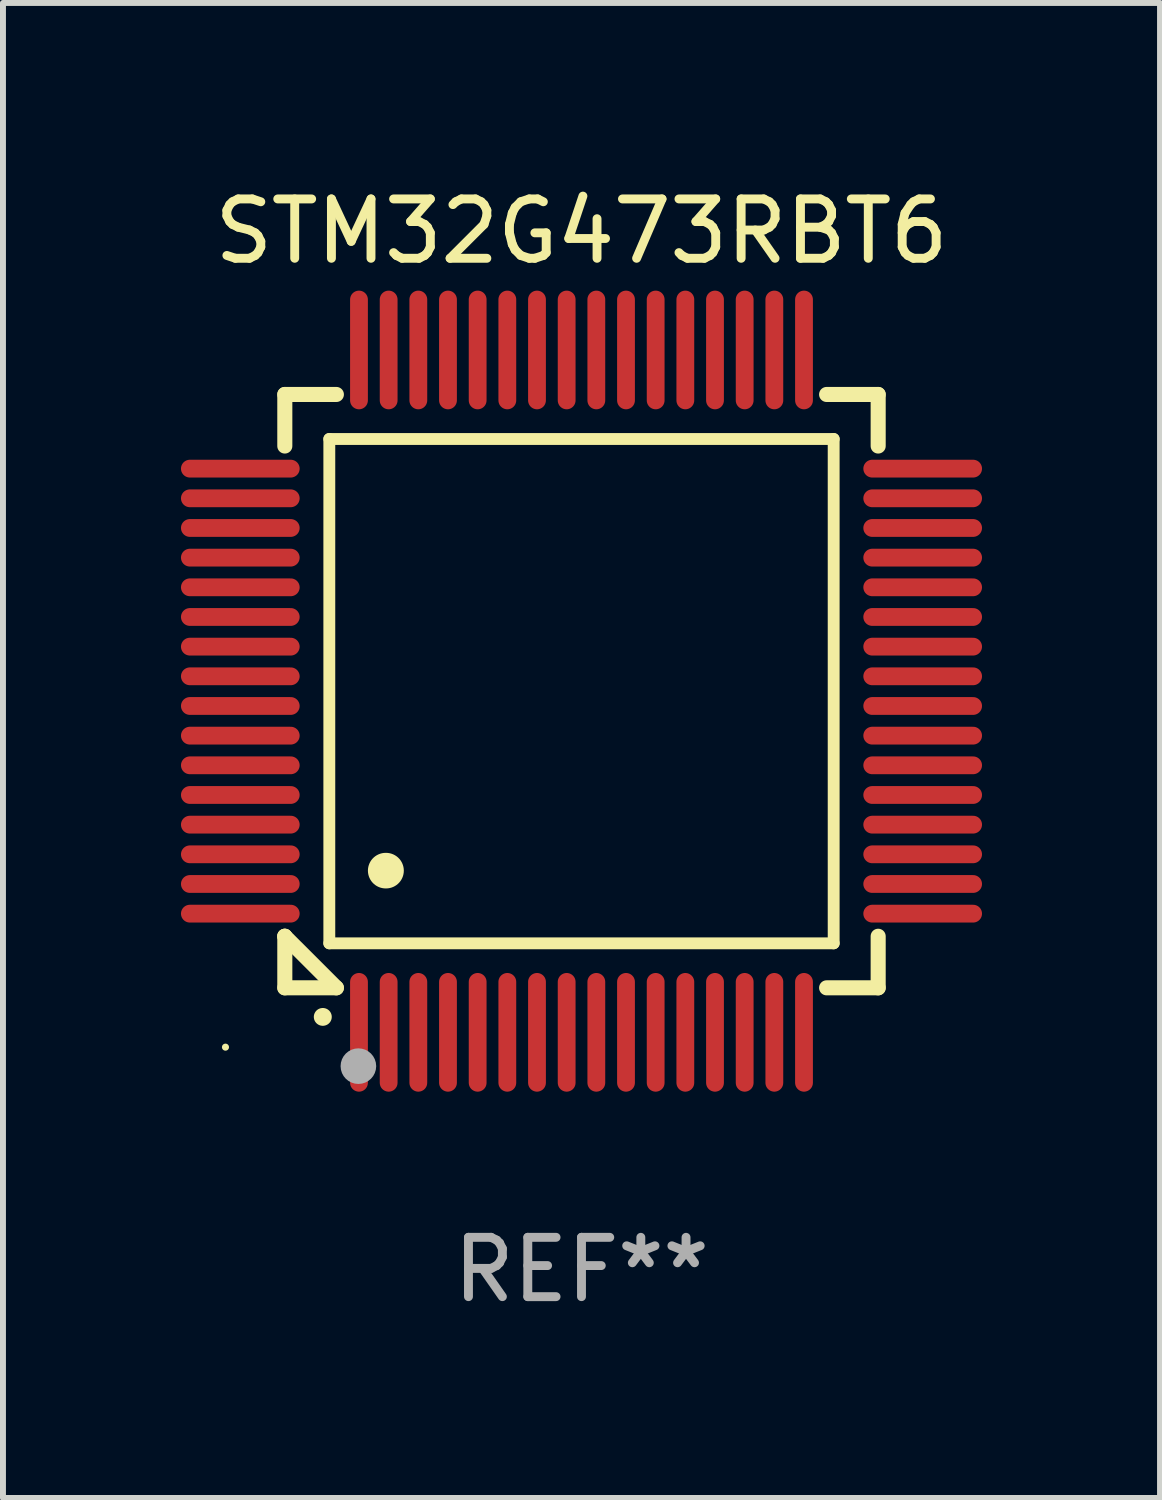
<source format=kicad_pcb>
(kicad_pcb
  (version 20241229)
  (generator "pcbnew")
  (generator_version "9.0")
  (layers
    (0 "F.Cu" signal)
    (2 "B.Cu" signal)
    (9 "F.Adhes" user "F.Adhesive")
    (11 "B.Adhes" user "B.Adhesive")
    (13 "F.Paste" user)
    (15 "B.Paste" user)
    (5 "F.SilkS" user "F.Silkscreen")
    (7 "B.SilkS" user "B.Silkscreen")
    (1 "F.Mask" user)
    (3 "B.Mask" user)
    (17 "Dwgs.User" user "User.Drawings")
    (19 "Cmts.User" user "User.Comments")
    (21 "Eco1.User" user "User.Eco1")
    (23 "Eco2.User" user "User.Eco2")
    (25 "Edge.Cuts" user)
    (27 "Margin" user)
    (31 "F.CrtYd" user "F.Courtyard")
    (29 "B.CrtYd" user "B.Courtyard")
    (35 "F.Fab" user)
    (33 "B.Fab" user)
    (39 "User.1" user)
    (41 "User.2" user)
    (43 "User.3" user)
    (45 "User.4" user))
  (footprint "STM32G473RBT6"
    (layer "F.Cu")
    (at 6.75 8.598)
    (property "Reference" "STM32G473RBT6" (at 0 -7.75 0) (layer "F.SilkS") (effects (font (size 1 1) (thickness 0.15))))
    (attr through_hole)
    (fp_line (start -5 -5) (end -4.131 -5) (stroke (width 0.254) (type solid)) (layer "F.SilkS"))
    (fp_line (start -5 -4.131) (end -5 -5) (stroke (width 0.254) (type solid)) (layer "F.SilkS"))
    (fp_line (start -5 4.131) (end -5 4.131) (stroke (width 0.254) (type solid)) (layer "F.SilkS"))
    (fp_line (start -5 5) (end -5 4.131) (stroke (width 0.254) (type solid)) (layer "F.SilkS"))
    (fp_line (start -5 4.131) (end -4.131 5) (stroke (width 0.254) (type solid)) (layer "F.SilkS"))
    (fp_line (start -4.25 -4.25) (end -4.25 4.25) (stroke (width 0.2) (type solid)) (layer "F.SilkS"))
    (fp_line (start -4.25 4.25) (end 4.25 4.25) (stroke (width 0.2) (type solid)) (layer "F.SilkS"))
    (fp_line (start -4.131 5) (end -5 5) (stroke (width 0.254) (type solid)) (layer "F.SilkS"))
    (fp_line (start 4.25 -4.25) (end -4.25 -4.25) (stroke (width 0.2) (type solid)) (layer "F.SilkS"))
    (fp_line (start 4.25 4.25) (end 4.25 -4.25) (stroke (width 0.2) (type solid)) (layer "F.SilkS"))
    (fp_line (start 5 -5) (end 4.131 -5) (stroke (width 0.254) (type solid)) (layer "F.SilkS"))
    (fp_line (start 5 -5) (end 5 -4.131) (stroke (width 0.254) (type solid)) (layer "F.SilkS"))
    (fp_line (start 5 4.131) (end 5 5) (stroke (width 0.254) (type solid)) (layer "F.SilkS"))
    (fp_line (start 5 5) (end 4.131 5) (stroke (width 0.254) (type solid)) (layer "F.SilkS"))
    (fp_arc (start -4.361265 5.489992) (mid -4.359995 5.489987) (end -4.358725 5.489992) (stroke (width 0.3) (type solid)) (layer "F.SilkS"))
    (fp_arc (start -3.299467 3.025146) (mid -3.296927 3.025135) (end -3.294387 3.025146) (stroke (width 0.6) (type solid)) (layer "F.SilkS"))
    (fp_circle (center -6 6) (end -5.97 6) (stroke (width 0.06) (type solid)) (fill no) (layer "F.SilkS"))
    (fp_circle (center -3.76 6.32) (end -3.61 6.32) (stroke (width 0.3) (type solid)) (fill no) (layer "F.Fab"))
    (fp_text user "REF**" (at 0 9.75 0) (layer "F.Fab") (effects (font (size 1 1) (thickness 0.15))))
    (pad "1" smd oval (at -3.75 5.75) (size 0.3 2) (layers "F.Cu" "F.Mask" "F.Paste"))
    (pad "2" smd oval (at -3.25 5.75) (size 0.3 2) (layers "F.Cu" "F.Mask" "F.Paste"))
    (pad "3" smd oval (at -2.75 5.75) (size 0.3 2) (layers "F.Cu" "F.Mask" "F.Paste"))
    (pad "4" smd oval (at -2.25 5.75) (size 0.3 2) (layers "F.Cu" "F.Mask" "F.Paste"))
    (pad "5" smd oval (at -1.75 5.75) (size 0.3 2) (layers "F.Cu" "F.Mask" "F.Paste"))
    (pad "6" smd oval (at -1.25 5.75) (size 0.3 2) (layers "F.Cu" "F.Mask" "F.Paste"))
    (pad "7" smd oval (at -0.75 5.75) (size 0.3 2) (layers "F.Cu" "F.Mask" "F.Paste"))
    (pad "8" smd oval (at -0.25 5.75) (size 0.3 2) (layers "F.Cu" "F.Mask" "F.Paste"))
    (pad "9" smd oval (at 0.25 5.75) (size 0.3 2) (layers "F.Cu" "F.Mask" "F.Paste"))
    (pad "10" smd oval (at 0.75 5.75) (size 0.3 2) (layers "F.Cu" "F.Mask" "F.Paste"))
    (pad "11" smd oval (at 1.25 5.75) (size 0.3 2) (layers "F.Cu" "F.Mask" "F.Paste"))
    (pad "12" smd oval (at 1.75 5.75) (size 0.3 2) (layers "F.Cu" "F.Mask" "F.Paste"))
    (pad "13" smd oval (at 2.25 5.75) (size 0.3 2) (layers "F.Cu" "F.Mask" "F.Paste"))
    (pad "14" smd oval (at 2.75 5.75) (size 0.3 2) (layers "F.Cu" "F.Mask" "F.Paste"))
    (pad "15" smd oval (at 3.25 5.75) (size 0.3 2) (layers "F.Cu" "F.Mask" "F.Paste"))
    (pad "16" smd oval (at 3.75 5.75) (size 0.3 2) (layers "F.Cu" "F.Mask" "F.Paste"))
    (pad "17" smd oval (at 5.75 3.75) (size 2 0.3) (layers "F.Cu" "F.Mask" "F.Paste"))
    (pad "18" smd oval (at 5.75 3.25) (size 2 0.3) (layers "F.Cu" "F.Mask" "F.Paste"))
    (pad "19" smd oval (at 5.75 2.75) (size 2 0.3) (layers "F.Cu" "F.Mask" "F.Paste"))
    (pad "20" smd oval (at 5.75 2.25) (size 2 0.3) (layers "F.Cu" "F.Mask" "F.Paste"))
    (pad "21" smd oval (at 5.75 1.75) (size 2 0.3) (layers "F.Cu" "F.Mask" "F.Paste"))
    (pad "22" smd oval (at 5.75 1.25) (size 2 0.3) (layers "F.Cu" "F.Mask" "F.Paste"))
    (pad "23" smd oval (at 5.75 0.75) (size 2 0.3) (layers "F.Cu" "F.Mask" "F.Paste"))
    (pad "24" smd oval (at 5.75 0.25) (size 2 0.3) (layers "F.Cu" "F.Mask" "F.Paste"))
    (pad "25" smd oval (at 5.75 -0.25) (size 2 0.3) (layers "F.Cu" "F.Mask" "F.Paste"))
    (pad "26" smd oval (at 5.75 -0.75) (size 2 0.3) (layers "F.Cu" "F.Mask" "F.Paste"))
    (pad "27" smd oval (at 5.75 -1.25) (size 2 0.3) (layers "F.Cu" "F.Mask" "F.Paste"))
    (pad "28" smd oval (at 5.75 -1.75) (size 2 0.3) (layers "F.Cu" "F.Mask" "F.Paste"))
    (pad "29" smd oval (at 5.75 -2.25) (size 2 0.3) (layers "F.Cu" "F.Mask" "F.Paste"))
    (pad "30" smd oval (at 5.75 -2.75) (size 2 0.3) (layers "F.Cu" "F.Mask" "F.Paste"))
    (pad "31" smd oval (at 5.75 -3.25) (size 2 0.3) (layers "F.Cu" "F.Mask" "F.Paste"))
    (pad "32" smd oval (at 5.75 -3.75) (size 2 0.3) (layers "F.Cu" "F.Mask" "F.Paste"))
    (pad "33" smd oval (at 3.75 -5.75) (size 0.3 2) (layers "F.Cu" "F.Mask" "F.Paste"))
    (pad "34" smd oval (at 3.25 -5.75) (size 0.3 2) (layers "F.Cu" "F.Mask" "F.Paste"))
    (pad "35" smd oval (at 2.75 -5.75) (size 0.3 2) (layers "F.Cu" "F.Mask" "F.Paste"))
    (pad "36" smd oval (at 2.25 -5.75) (size 0.3 2) (layers "F.Cu" "F.Mask" "F.Paste"))
    (pad "37" smd oval (at 1.75 -5.75) (size 0.3 2) (layers "F.Cu" "F.Mask" "F.Paste"))
    (pad "38" smd oval (at 1.25 -5.75) (size 0.3 2) (layers "F.Cu" "F.Mask" "F.Paste"))
    (pad "39" smd oval (at 0.75 -5.75) (size 0.3 2) (layers "F.Cu" "F.Mask" "F.Paste"))
    (pad "40" smd oval (at 0.25 -5.75) (size 0.3 2) (layers "F.Cu" "F.Mask" "F.Paste"))
    (pad "41" smd oval (at -0.25 -5.75) (size 0.3 2) (layers "F.Cu" "F.Mask" "F.Paste"))
    (pad "42" smd oval (at -0.75 -5.75) (size 0.3 2) (layers "F.Cu" "F.Mask" "F.Paste"))
    (pad "43" smd oval (at -1.25 -5.75) (size 0.3 2) (layers "F.Cu" "F.Mask" "F.Paste"))
    (pad "44" smd oval (at -1.75 -5.75) (size 0.3 2) (layers "F.Cu" "F.Mask" "F.Paste"))
    (pad "45" smd oval (at -2.25 -5.75) (size 0.3 2) (layers "F.Cu" "F.Mask" "F.Paste"))
    (pad "46" smd oval (at -2.75 -5.75) (size 0.3 2) (layers "F.Cu" "F.Mask" "F.Paste"))
    (pad "47" smd oval (at -3.25 -5.75) (size 0.3 2) (layers "F.Cu" "F.Mask" "F.Paste"))
    (pad "48" smd oval (at -3.75 -5.75) (size 0.3 2) (layers "F.Cu" "F.Mask" "F.Paste"))
    (pad "49" smd oval (at -5.75 -3.75) (size 2 0.3) (layers "F.Cu" "F.Mask" "F.Paste"))
    (pad "50" smd oval (at -5.75 -3.25) (size 2 0.3) (layers "F.Cu" "F.Mask" "F.Paste"))
    (pad "51" smd oval (at -5.75 -2.75) (size 2 0.3) (layers "F.Cu" "F.Mask" "F.Paste"))
    (pad "52" smd oval (at -5.75 -2.25) (size 2 0.3) (layers "F.Cu" "F.Mask" "F.Paste"))
    (pad "53" smd oval (at -5.75 -1.75) (size 2 0.3) (layers "F.Cu" "F.Mask" "F.Paste"))
    (pad "54" smd oval (at -5.75 -1.25) (size 2 0.3) (layers "F.Cu" "F.Mask" "F.Paste"))
    (pad "55" smd oval (at -5.75 -0.75) (size 2 0.3) (layers "F.Cu" "F.Mask" "F.Paste"))
    (pad "56" smd oval (at -5.75 -0.25) (size 2 0.3) (layers "F.Cu" "F.Mask" "F.Paste"))
    (pad "57" smd oval (at -5.75 0.25) (size 2 0.3) (layers "F.Cu" "F.Mask" "F.Paste"))
    (pad "58" smd oval (at -5.75 0.75) (size 2 0.3) (layers "F.Cu" "F.Mask" "F.Paste"))
    (pad "59" smd oval (at -5.75 1.25) (size 2 0.3) (layers "F.Cu" "F.Mask" "F.Paste"))
    (pad "60" smd oval (at -5.75 1.75) (size 2 0.3) (layers "F.Cu" "F.Mask" "F.Paste"))
    (pad "61" smd oval (at -5.75 2.25) (size 2 0.3) (layers "F.Cu" "F.Mask" "F.Paste"))
    (pad "62" smd oval (at -5.75 2.75) (size 2 0.3) (layers "F.Cu" "F.Mask" "F.Paste"))
    (pad "63" smd oval (at -5.75 3.25) (size 2 0.3) (layers "F.Cu" "F.Mask" "F.Paste"))
    (pad "64" smd oval (at -5.75 3.75) (size 2 0.3) (layers "F.Cu" "F.Mask" "F.Paste")))
  (gr_rect
    (start -3 -3)
    (end 16.5 22.196)
    (stroke (width 0.1) (type default))
    (fill no)
    (layer "Edge.Cuts")))
</source>
